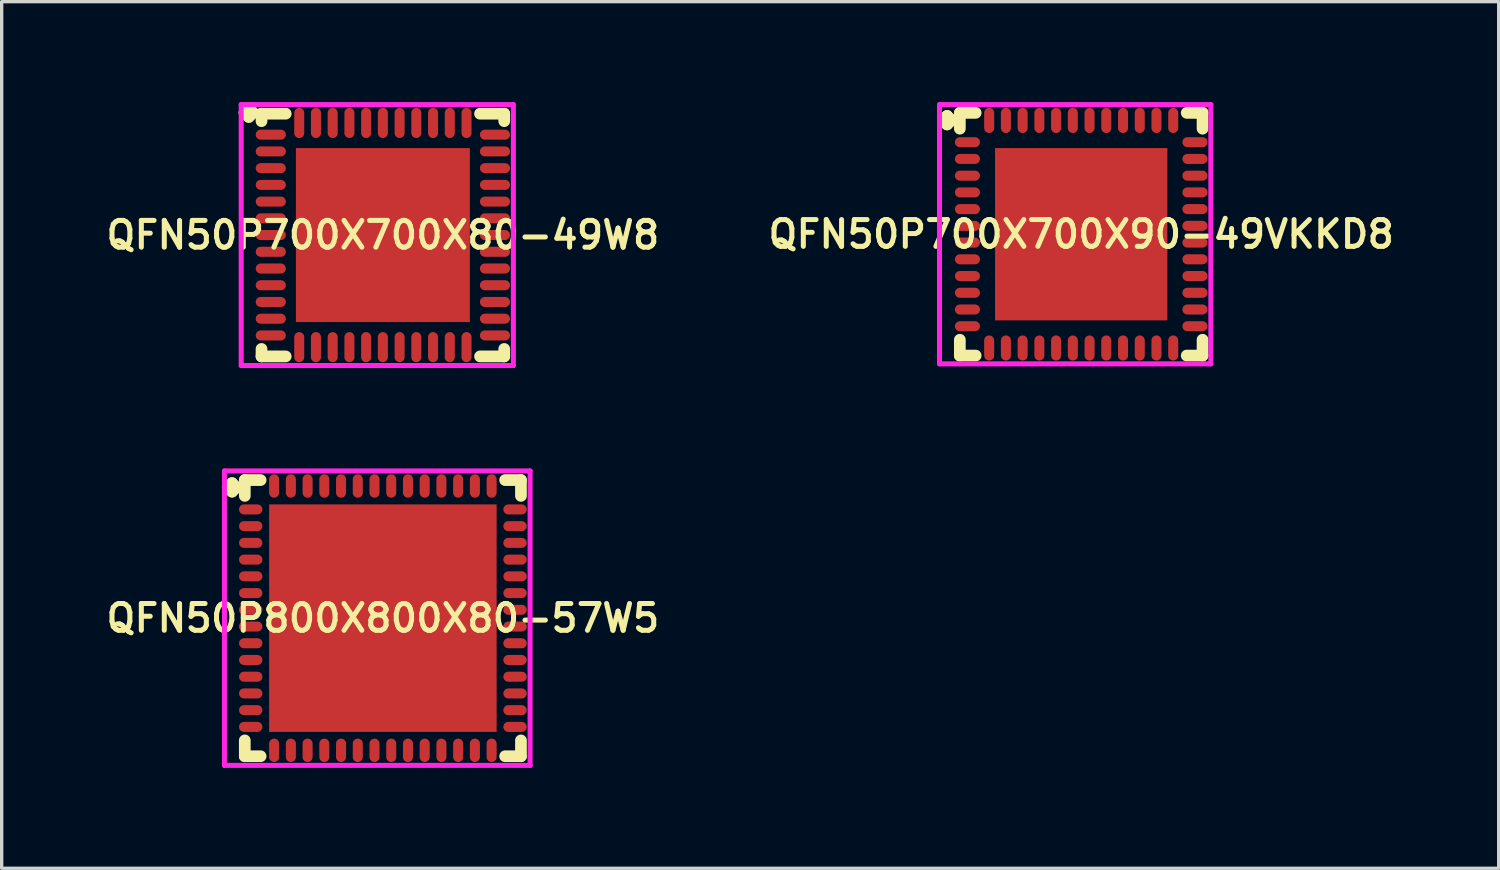
<source format=kicad_pcb>
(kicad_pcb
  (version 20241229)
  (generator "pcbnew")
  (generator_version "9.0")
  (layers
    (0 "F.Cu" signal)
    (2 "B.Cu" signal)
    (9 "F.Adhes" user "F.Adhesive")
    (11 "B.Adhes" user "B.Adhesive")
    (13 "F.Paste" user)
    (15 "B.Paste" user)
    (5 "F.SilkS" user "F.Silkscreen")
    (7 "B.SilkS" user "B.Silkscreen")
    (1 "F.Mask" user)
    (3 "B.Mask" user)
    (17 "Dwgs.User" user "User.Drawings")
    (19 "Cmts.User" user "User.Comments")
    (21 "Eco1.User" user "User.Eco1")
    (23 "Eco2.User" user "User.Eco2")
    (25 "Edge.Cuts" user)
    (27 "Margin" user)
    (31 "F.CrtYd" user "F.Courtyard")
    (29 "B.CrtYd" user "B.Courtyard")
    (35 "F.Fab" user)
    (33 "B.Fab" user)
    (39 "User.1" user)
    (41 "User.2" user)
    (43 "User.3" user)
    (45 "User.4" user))
  (footprint "QFN50P800X800X80-57W5"
    (layer "F.Cu")
    (at 8.393 15.425)
    (property "Reference" "QFN50P800X800X80-57W5" (at 0 0 0) (layer "F.SilkS") (effects (font (size 0.8 0.8) (thickness 0.15))))
    (attr smd)
    (fp_line (start -4.635 -3.908) (end -4.508 -4.035) (stroke (width 0.35) (type solid)) (layer "F.SilkS"))
    (fp_line (start -4.508 -4.035) (end -4.381 -3.908) (stroke (width 0.35) (type solid)) (layer "F.SilkS"))
    (fp_line (start -4.508 -3.781) (end -4.635 -3.908) (stroke (width 0.35) (type solid)) (layer "F.SilkS"))
    (fp_line (start -4.381 -3.908) (end -4.508 -3.781) (stroke (width 0.35) (type solid)) (layer "F.SilkS"))
    (fp_line (start -4.127 -4.127) (end -3.654 -4.127) (stroke (width 0.35) (type solid)) (layer "F.SilkS"))
    (fp_line (start -4.127 -3.654) (end -4.127 -4.127) (stroke (width 0.35) (type solid)) (layer "F.SilkS"))
    (fp_line (start -4.127 3.654) (end -4.127 4.127) (stroke (width 0.35) (type solid)) (layer "F.SilkS"))
    (fp_line (start -4.127 4.127) (end -3.654 4.127) (stroke (width 0.35) (type solid)) (layer "F.SilkS"))
    (fp_line (start 3.654 -4.127) (end 4.127 -4.127) (stroke (width 0.35) (type solid)) (layer "F.SilkS"))
    (fp_line (start 3.654 4.127) (end 4.127 4.127) (stroke (width 0.35) (type solid)) (layer "F.SilkS"))
    (fp_line (start 4.127 -4.127) (end 4.127 -3.654) (stroke (width 0.35) (type solid)) (layer "F.SilkS"))
    (fp_line (start 4.127 4.127) (end 4.127 3.654) (stroke (width 0.35) (type solid)) (layer "F.SilkS"))
    (fp_line (start -4.735 -4.4) (end 4.4 -4.4) (stroke (width 0.15) (type solid)) (layer "F.CrtYd"))
    (fp_line (start -4.735 4.4) (end -4.735 -4.4) (stroke (width 0.15) (type solid)) (layer "F.CrtYd"))
    (fp_line (start 4.4 -4.4) (end 4.4 4.4) (stroke (width 0.15) (type solid)) (layer "F.CrtYd"))
    (fp_line (start 4.4 4.4) (end -4.735 4.4) (stroke (width 0.15) (type solid)) (layer "F.CrtYd"))
    (pad "1" smd oval (at -3.95 -3.25) (size 0.7 0.3) (layers "F.Cu" "F.Mask" "F.Paste"))
    (pad "2" smd oval (at -3.95 -2.75) (size 0.7 0.3) (layers "F.Cu" "F.Mask" "F.Paste"))
    (pad "3" smd oval (at -3.95 -2.25) (size 0.7 0.3) (layers "F.Cu" "F.Mask" "F.Paste"))
    (pad "4" smd oval (at -3.95 -1.75) (size 0.7 0.3) (layers "F.Cu" "F.Mask" "F.Paste"))
    (pad "5" smd oval (at -3.95 -1.25) (size 0.7 0.3) (layers "F.Cu" "F.Mask" "F.Paste"))
    (pad "6" smd oval (at -3.95 -0.75) (size 0.7 0.3) (layers "F.Cu" "F.Mask" "F.Paste"))
    (pad "7" smd oval (at -3.95 -0.25) (size 0.7 0.3) (layers "F.Cu" "F.Mask" "F.Paste"))
    (pad "8" smd oval (at -3.95 0.25) (size 0.7 0.3) (layers "F.Cu" "F.Mask" "F.Paste"))
    (pad "9" smd oval (at -3.95 0.75) (size 0.7 0.3) (layers "F.Cu" "F.Mask" "F.Paste"))
    (pad "10" smd oval (at -3.95 1.25) (size 0.7 0.3) (layers "F.Cu" "F.Mask" "F.Paste"))
    (pad "11" smd oval (at -3.95 1.75) (size 0.7 0.3) (layers "F.Cu" "F.Mask" "F.Paste"))
    (pad "12" smd oval (at -3.95 2.25) (size 0.7 0.3) (layers "F.Cu" "F.Mask" "F.Paste"))
    (pad "13" smd oval (at -3.95 2.75) (size 0.7 0.3) (layers "F.Cu" "F.Mask" "F.Paste"))
    (pad "14" smd oval (at -3.95 3.25) (size 0.7 0.3) (layers "F.Cu" "F.Mask" "F.Paste"))
    (pad "15" smd oval (at -3.25 3.95) (size 0.3 0.7) (layers "F.Cu" "F.Mask" "F.Paste"))
    (pad "16" smd oval (at -2.75 3.95) (size 0.3 0.7) (layers "F.Cu" "F.Mask" "F.Paste"))
    (pad "17" smd oval (at -2.25 3.95) (size 0.3 0.7) (layers "F.Cu" "F.Mask" "F.Paste"))
    (pad "18" smd oval (at -1.75 3.95) (size 0.3 0.7) (layers "F.Cu" "F.Mask" "F.Paste"))
    (pad "19" smd oval (at -1.25 3.95) (size 0.3 0.7) (layers "F.Cu" "F.Mask" "F.Paste"))
    (pad "20" smd oval (at -0.75 3.95) (size 0.3 0.7) (layers "F.Cu" "F.Mask" "F.Paste"))
    (pad "21" smd oval (at -0.25 3.95) (size 0.3 0.7) (layers "F.Cu" "F.Mask" "F.Paste"))
    (pad "22" smd oval (at 0.25 3.95) (size 0.3 0.7) (layers "F.Cu" "F.Mask" "F.Paste"))
    (pad "23" smd oval (at 0.75 3.95) (size 0.3 0.7) (layers "F.Cu" "F.Mask" "F.Paste"))
    (pad "24" smd oval (at 1.25 3.95) (size 0.3 0.7) (layers "F.Cu" "F.Mask" "F.Paste"))
    (pad "25" smd oval (at 1.75 3.95) (size 0.3 0.7) (layers "F.Cu" "F.Mask" "F.Paste"))
    (pad "26" smd oval (at 2.25 3.95) (size 0.3 0.7) (layers "F.Cu" "F.Mask" "F.Paste"))
    (pad "27" smd oval (at 2.75 3.95) (size 0.3 0.7) (layers "F.Cu" "F.Mask" "F.Paste"))
    (pad "28" smd oval (at 3.25 3.95) (size 0.3 0.7) (layers "F.Cu" "F.Mask" "F.Paste"))
    (pad "29" smd oval (at 3.95 3.25) (size 0.7 0.3) (layers "F.Cu" "F.Mask" "F.Paste"))
    (pad "30" smd oval (at 3.95 2.75) (size 0.7 0.3) (layers "F.Cu" "F.Mask" "F.Paste"))
    (pad "31" smd oval (at 3.95 2.25) (size 0.7 0.3) (layers "F.Cu" "F.Mask" "F.Paste"))
    (pad "32" smd oval (at 3.95 1.75) (size 0.7 0.3) (layers "F.Cu" "F.Mask" "F.Paste"))
    (pad "33" smd oval (at 3.95 1.25) (size 0.7 0.3) (layers "F.Cu" "F.Mask" "F.Paste"))
    (pad "34" smd oval (at 3.95 0.75) (size 0.7 0.3) (layers "F.Cu" "F.Mask" "F.Paste"))
    (pad "35" smd oval (at 3.95 0.25) (size 0.7 0.3) (layers "F.Cu" "F.Mask" "F.Paste"))
    (pad "36" smd oval (at 3.95 -0.25) (size 0.7 0.3) (layers "F.Cu" "F.Mask" "F.Paste"))
    (pad "37" smd oval (at 3.95 -0.75) (size 0.7 0.3) (layers "F.Cu" "F.Mask" "F.Paste"))
    (pad "38" smd oval (at 3.95 -1.25) (size 0.7 0.3) (layers "F.Cu" "F.Mask" "F.Paste"))
    (pad "39" smd oval (at 3.95 -1.75) (size 0.7 0.3) (layers "F.Cu" "F.Mask" "F.Paste"))
    (pad "40" smd oval (at 3.95 -2.25) (size 0.7 0.3) (layers "F.Cu" "F.Mask" "F.Paste"))
    (pad "41" smd oval (at 3.95 -2.75) (size 0.7 0.3) (layers "F.Cu" "F.Mask" "F.Paste"))
    (pad "42" smd oval (at 3.95 -3.25) (size 0.7 0.3) (layers "F.Cu" "F.Mask" "F.Paste"))
    (pad "43" smd oval (at 3.25 -3.95) (size 0.3 0.7) (layers "F.Cu" "F.Mask" "F.Paste"))
    (pad "44" smd oval (at 2.75 -3.95) (size 0.3 0.7) (layers "F.Cu" "F.Mask" "F.Paste"))
    (pad "45" smd oval (at 2.25 -3.95) (size 0.3 0.7) (layers "F.Cu" "F.Mask" "F.Paste"))
    (pad "46" smd oval (at 1.75 -3.95) (size 0.3 0.7) (layers "F.Cu" "F.Mask" "F.Paste"))
    (pad "47" smd oval (at 1.25 -3.95) (size 0.3 0.7) (layers "F.Cu" "F.Mask" "F.Paste"))
    (pad "48" smd oval (at 0.75 -3.95) (size 0.3 0.7) (layers "F.Cu" "F.Mask" "F.Paste"))
    (pad "49" smd oval (at 0.25 -3.95) (size 0.3 0.7) (layers "F.Cu" "F.Mask" "F.Paste"))
    (pad "50" smd oval (at -0.25 -3.95) (size 0.3 0.7) (layers "F.Cu" "F.Mask" "F.Paste"))
    (pad "51" smd oval (at -0.75 -3.95) (size 0.3 0.7) (layers "F.Cu" "F.Mask" "F.Paste"))
    (pad "52" smd oval (at -1.25 -3.95) (size 0.3 0.7) (layers "F.Cu" "F.Mask" "F.Paste"))
    (pad "53" smd oval (at -1.75 -3.95) (size 0.3 0.7) (layers "F.Cu" "F.Mask" "F.Paste"))
    (pad "54" smd oval (at -2.25 -3.95) (size 0.3 0.7) (layers "F.Cu" "F.Mask" "F.Paste"))
    (pad "55" smd oval (at -2.75 -3.95) (size 0.3 0.7) (layers "F.Cu" "F.Mask" "F.Paste"))
    (pad "56" smd oval (at -3.25 -3.95) (size 0.3 0.7) (layers "F.Cu" "F.Mask" "F.Paste"))
    (pad "57" smd rect (at 0 0) (size 6.8 6.8) (layers "F.Cu" "F.Mask" "F.Paste")))
  (footprint "QFN50P700X700X80-49W8"
    (layer "F.Cu")
    (at 8.393 3.975)
    (property "Reference" "QFN50P700X700X80-49W8" (at 0 0 0) (layer "F.SilkS") (effects (font (size 0.8 0.8) (thickness 0.15))))
    (attr smd)
    (fp_line (start -4.135 -3.658) (end -4.008 -3.785) (stroke (width 0.35) (type solid)) (layer "F.SilkS"))
    (fp_line (start -4.008 -3.785) (end -3.881 -3.658) (stroke (width 0.35) (type solid)) (layer "F.SilkS"))
    (fp_line (start -4.008 -3.531) (end -4.135 -3.658) (stroke (width 0.35) (type solid)) (layer "F.SilkS"))
    (fp_line (start -3.881 -3.658) (end -4.008 -3.531) (stroke (width 0.35) (type solid)) (layer "F.SilkS"))
    (fp_line (start -3.627 -3.627) (end -2.904 -3.627) (stroke (width 0.35) (type solid)) (layer "F.SilkS"))
    (fp_line (start -3.627 -3.404) (end -3.627 -3.627) (stroke (width 0.35) (type solid)) (layer "F.SilkS"))
    (fp_line (start -3.627 3.404) (end -3.627 3.627) (stroke (width 0.35) (type solid)) (layer "F.SilkS"))
    (fp_line (start -3.627 3.627) (end -2.904 3.627) (stroke (width 0.35) (type solid)) (layer "F.SilkS"))
    (fp_line (start 2.904 -3.627) (end 3.627 -3.627) (stroke (width 0.35) (type solid)) (layer "F.SilkS"))
    (fp_line (start 2.904 3.627) (end 3.627 3.627) (stroke (width 0.35) (type solid)) (layer "F.SilkS"))
    (fp_line (start 3.627 -3.627) (end 3.627 -3.404) (stroke (width 0.35) (type solid)) (layer "F.SilkS"))
    (fp_line (start 3.627 3.627) (end 3.627 3.404) (stroke (width 0.35) (type solid)) (layer "F.SilkS"))
    (fp_line (start -4.235 -3.9) (end 3.9 -3.9) (stroke (width 0.15) (type solid)) (layer "F.CrtYd"))
    (fp_line (start -4.235 3.9) (end -4.235 -3.9) (stroke (width 0.15) (type solid)) (layer "F.CrtYd"))
    (fp_line (start 3.9 -3.9) (end 3.9 3.9) (stroke (width 0.15) (type solid)) (layer "F.CrtYd"))
    (fp_line (start 3.9 3.9) (end -4.235 3.9) (stroke (width 0.15) (type solid)) (layer "F.CrtYd"))
    (pad "1" smd oval (at -3.35 -3) (size 0.9 0.3) (layers "F.Cu" "F.Mask" "F.Paste"))
    (pad "2" smd oval (at -3.35 -2.5) (size 0.9 0.3) (layers "F.Cu" "F.Mask" "F.Paste"))
    (pad "3" smd oval (at -3.35 -2) (size 0.9 0.3) (layers "F.Cu" "F.Mask" "F.Paste"))
    (pad "4" smd oval (at -3.35 -1.5) (size 0.9 0.3) (layers "F.Cu" "F.Mask" "F.Paste"))
    (pad "5" smd oval (at -3.35 -1) (size 0.9 0.3) (layers "F.Cu" "F.Mask" "F.Paste"))
    (pad "6" smd oval (at -3.35 -0.5) (size 0.9 0.3) (layers "F.Cu" "F.Mask" "F.Paste"))
    (pad "7" smd oval (at -3.35 0) (size 0.9 0.3) (layers "F.Cu" "F.Mask" "F.Paste"))
    (pad "8" smd oval (at -3.35 0.5) (size 0.9 0.3) (layers "F.Cu" "F.Mask" "F.Paste"))
    (pad "9" smd oval (at -3.35 1) (size 0.9 0.3) (layers "F.Cu" "F.Mask" "F.Paste"))
    (pad "10" smd oval (at -3.35 1.5) (size 0.9 0.3) (layers "F.Cu" "F.Mask" "F.Paste"))
    (pad "11" smd oval (at -3.35 2) (size 0.9 0.3) (layers "F.Cu" "F.Mask" "F.Paste"))
    (pad "12" smd oval (at -3.35 2.5) (size 0.9 0.3) (layers "F.Cu" "F.Mask" "F.Paste"))
    (pad "13" smd oval (at -3.35 3) (size 0.9 0.3) (layers "F.Cu" "F.Mask" "F.Paste"))
    (pad "14" smd oval (at -2.5 3.35) (size 0.3 0.9) (layers "F.Cu" "F.Mask" "F.Paste"))
    (pad "15" smd oval (at -2 3.35) (size 0.3 0.9) (layers "F.Cu" "F.Mask" "F.Paste"))
    (pad "16" smd oval (at -1.5 3.35) (size 0.3 0.9) (layers "F.Cu" "F.Mask" "F.Paste"))
    (pad "17" smd oval (at -1 3.35) (size 0.3 0.9) (layers "F.Cu" "F.Mask" "F.Paste"))
    (pad "18" smd oval (at -0.5 3.35) (size 0.3 0.9) (layers "F.Cu" "F.Mask" "F.Paste"))
    (pad "19" smd oval (at 0 3.35) (size 0.3 0.9) (layers "F.Cu" "F.Mask" "F.Paste"))
    (pad "20" smd oval (at 0.5 3.35) (size 0.3 0.9) (layers "F.Cu" "F.Mask" "F.Paste"))
    (pad "21" smd oval (at 1 3.35) (size 0.3 0.9) (layers "F.Cu" "F.Mask" "F.Paste"))
    (pad "22" smd oval (at 1.5 3.35) (size 0.3 0.9) (layers "F.Cu" "F.Mask" "F.Paste"))
    (pad "23" smd oval (at 2 3.35) (size 0.3 0.9) (layers "F.Cu" "F.Mask" "F.Paste"))
    (pad "24" smd oval (at 2.5 3.35) (size 0.3 0.9) (layers "F.Cu" "F.Mask" "F.Paste"))
    (pad "25" smd oval (at 3.35 3) (size 0.9 0.3) (layers "F.Cu" "F.Mask" "F.Paste"))
    (pad "26" smd oval (at 3.35 2.5) (size 0.9 0.3) (layers "F.Cu" "F.Mask" "F.Paste"))
    (pad "27" smd oval (at 3.35 2) (size 0.9 0.3) (layers "F.Cu" "F.Mask" "F.Paste"))
    (pad "28" smd oval (at 3.35 1.5) (size 0.9 0.3) (layers "F.Cu" "F.Mask" "F.Paste"))
    (pad "29" smd oval (at 3.35 1) (size 0.9 0.3) (layers "F.Cu" "F.Mask" "F.Paste"))
    (pad "30" smd oval (at 3.35 0.5) (size 0.9 0.3) (layers "F.Cu" "F.Mask" "F.Paste"))
    (pad "31" smd oval (at 3.35 0) (size 0.9 0.3) (layers "F.Cu" "F.Mask" "F.Paste"))
    (pad "32" smd oval (at 3.35 -0.5) (size 0.9 0.3) (layers "F.Cu" "F.Mask" "F.Paste"))
    (pad "33" smd oval (at 3.35 -1) (size 0.9 0.3) (layers "F.Cu" "F.Mask" "F.Paste"))
    (pad "34" smd oval (at 3.35 -1.5) (size 0.9 0.3) (layers "F.Cu" "F.Mask" "F.Paste"))
    (pad "35" smd oval (at 3.35 -2) (size 0.9 0.3) (layers "F.Cu" "F.Mask" "F.Paste"))
    (pad "36" smd oval (at 3.35 -2.5) (size 0.9 0.3) (layers "F.Cu" "F.Mask" "F.Paste"))
    (pad "37" smd oval (at 3.35 -3) (size 0.9 0.3) (layers "F.Cu" "F.Mask" "F.Paste"))
    (pad "38" smd oval (at 2.5 -3.35) (size 0.3 0.9) (layers "F.Cu" "F.Mask" "F.Paste"))
    (pad "39" smd oval (at 2 -3.35) (size 0.3 0.9) (layers "F.Cu" "F.Mask" "F.Paste"))
    (pad "40" smd oval (at 1.5 -3.35) (size 0.3 0.9) (layers "F.Cu" "F.Mask" "F.Paste"))
    (pad "41" smd oval (at 1 -3.35) (size 0.3 0.9) (layers "F.Cu" "F.Mask" "F.Paste"))
    (pad "42" smd oval (at 0.5 -3.35) (size 0.3 0.9) (layers "F.Cu" "F.Mask" "F.Paste"))
    (pad "43" smd oval (at 0 -3.35) (size 0.3 0.9) (layers "F.Cu" "F.Mask" "F.Paste"))
    (pad "44" smd oval (at -0.5 -3.35) (size 0.3 0.9) (layers "F.Cu" "F.Mask" "F.Paste"))
    (pad "45" smd oval (at -1 -3.35) (size 0.3 0.9) (layers "F.Cu" "F.Mask" "F.Paste"))
    (pad "46" smd oval (at -1.5 -3.35) (size 0.3 0.9) (layers "F.Cu" "F.Mask" "F.Paste"))
    (pad "47" smd oval (at -2 -3.35) (size 0.3 0.9) (layers "F.Cu" "F.Mask" "F.Paste"))
    (pad "48" smd oval (at -2.5 -3.35) (size 0.3 0.9) (layers "F.Cu" "F.Mask" "F.Paste"))
    (pad "49" smd rect (at 0 0) (size 5.2 5.2) (layers "F.Cu" "F.Mask" "F.Paste")))
  (footprint "QFN50P700X700X90-49VKKD8"
    (layer "F.Cu")
    (at 29.264 3.95)
    (property "Reference" "QFN50P700X700X90-49VKKD8" (at 0 0 0) (layer "F.SilkS") (effects (font (size 0.8 0.8) (thickness 0.15))))
    (attr smd)
    (fp_line (start -4.135 -3.408) (end -4.008 -3.535) (stroke (width 0.35) (type solid)) (layer "F.SilkS"))
    (fp_line (start -4.008 -3.535) (end -3.881 -3.408) (stroke (width 0.35) (type solid)) (layer "F.SilkS"))
    (fp_line (start -4.008 -3.281) (end -4.135 -3.408) (stroke (width 0.35) (type solid)) (layer "F.SilkS"))
    (fp_line (start -3.881 -3.408) (end -4.008 -3.281) (stroke (width 0.35) (type solid)) (layer "F.SilkS"))
    (fp_line (start -3.627 -3.627) (end -3.154 -3.627) (stroke (width 0.35) (type solid)) (layer "F.SilkS"))
    (fp_line (start -3.627 -3.154) (end -3.627 -3.627) (stroke (width 0.35) (type solid)) (layer "F.SilkS"))
    (fp_line (start -3.627 3.154) (end -3.627 3.627) (stroke (width 0.35) (type solid)) (layer "F.SilkS"))
    (fp_line (start -3.627 3.627) (end -3.154 3.627) (stroke (width 0.35) (type solid)) (layer "F.SilkS"))
    (fp_line (start 3.154 -3.627) (end 3.627 -3.627) (stroke (width 0.35) (type solid)) (layer "F.SilkS"))
    (fp_line (start 3.154 3.627) (end 3.627 3.627) (stroke (width 0.35) (type solid)) (layer "F.SilkS"))
    (fp_line (start 3.627 -3.627) (end 3.627 -3.154) (stroke (width 0.35) (type solid)) (layer "F.SilkS"))
    (fp_line (start 3.627 3.627) (end 3.627 3.154) (stroke (width 0.35) (type solid)) (layer "F.SilkS"))
    (fp_line (start -4.235 -3.875) (end 3.875 -3.875) (stroke (width 0.15) (type solid)) (layer "F.CrtYd"))
    (fp_line (start -4.235 3.875) (end -4.235 -3.875) (stroke (width 0.15) (type solid)) (layer "F.CrtYd"))
    (fp_line (start 3.875 -3.875) (end 3.875 3.875) (stroke (width 0.15) (type solid)) (layer "F.CrtYd"))
    (fp_line (start 3.875 3.875) (end -4.235 3.875) (stroke (width 0.15) (type solid)) (layer "F.CrtYd"))
    (pad "1" smd oval (at -3.4 -2.75) (size 0.75 0.3) (layers "F.Cu" "F.Mask" "F.Paste"))
    (pad "2" smd oval (at -3.4 -2.25) (size 0.75 0.3) (layers "F.Cu" "F.Mask" "F.Paste"))
    (pad "3" smd oval (at -3.4 -1.75) (size 0.75 0.3) (layers "F.Cu" "F.Mask" "F.Paste"))
    (pad "4" smd oval (at -3.4 -1.25) (size 0.75 0.3) (layers "F.Cu" "F.Mask" "F.Paste"))
    (pad "5" smd oval (at -3.4 -0.75) (size 0.75 0.3) (layers "F.Cu" "F.Mask" "F.Paste"))
    (pad "6" smd oval (at -3.4 -0.25) (size 0.75 0.3) (layers "F.Cu" "F.Mask" "F.Paste"))
    (pad "7" smd oval (at -3.4 0.25) (size 0.75 0.3) (layers "F.Cu" "F.Mask" "F.Paste"))
    (pad "8" smd oval (at -3.4 0.75) (size 0.75 0.3) (layers "F.Cu" "F.Mask" "F.Paste"))
    (pad "9" smd oval (at -3.4 1.25) (size 0.75 0.3) (layers "F.Cu" "F.Mask" "F.Paste"))
    (pad "10" smd oval (at -3.4 1.75) (size 0.75 0.3) (layers "F.Cu" "F.Mask" "F.Paste"))
    (pad "11" smd oval (at -3.4 2.25) (size 0.75 0.3) (layers "F.Cu" "F.Mask" "F.Paste"))
    (pad "12" smd oval (at -3.4 2.75) (size 0.75 0.3) (layers "F.Cu" "F.Mask" "F.Paste"))
    (pad "13" smd oval (at -2.75 3.4) (size 0.3 0.75) (layers "F.Cu" "F.Mask" "F.Paste"))
    (pad "14" smd oval (at -2.25 3.4) (size 0.3 0.75) (layers "F.Cu" "F.Mask" "F.Paste"))
    (pad "15" smd oval (at -1.75 3.4) (size 0.3 0.75) (layers "F.Cu" "F.Mask" "F.Paste"))
    (pad "16" smd oval (at -1.25 3.4) (size 0.3 0.75) (layers "F.Cu" "F.Mask" "F.Paste"))
    (pad "17" smd oval (at -0.75 3.4) (size 0.3 0.75) (layers "F.Cu" "F.Mask" "F.Paste"))
    (pad "18" smd oval (at -0.25 3.4) (size 0.3 0.75) (layers "F.Cu" "F.Mask" "F.Paste"))
    (pad "19" smd oval (at 0.25 3.4) (size 0.3 0.75) (layers "F.Cu" "F.Mask" "F.Paste"))
    (pad "20" smd oval (at 0.75 3.4) (size 0.3 0.75) (layers "F.Cu" "F.Mask" "F.Paste"))
    (pad "21" smd oval (at 1.25 3.4) (size 0.3 0.75) (layers "F.Cu" "F.Mask" "F.Paste"))
    (pad "22" smd oval (at 1.75 3.4) (size 0.3 0.75) (layers "F.Cu" "F.Mask" "F.Paste"))
    (pad "23" smd oval (at 2.25 3.4) (size 0.3 0.75) (layers "F.Cu" "F.Mask" "F.Paste"))
    (pad "24" smd oval (at 2.75 3.4) (size 0.3 0.75) (layers "F.Cu" "F.Mask" "F.Paste"))
    (pad "25" smd oval (at 3.4 2.75) (size 0.75 0.3) (layers "F.Cu" "F.Mask" "F.Paste"))
    (pad "26" smd oval (at 3.4 2.25) (size 0.75 0.3) (layers "F.Cu" "F.Mask" "F.Paste"))
    (pad "27" smd oval (at 3.4 1.75) (size 0.75 0.3) (layers "F.Cu" "F.Mask" "F.Paste"))
    (pad "28" smd oval (at 3.4 1.25) (size 0.75 0.3) (layers "F.Cu" "F.Mask" "F.Paste"))
    (pad "29" smd oval (at 3.4 0.75) (size 0.75 0.3) (layers "F.Cu" "F.Mask" "F.Paste"))
    (pad "30" smd oval (at 3.4 0.25) (size 0.75 0.3) (layers "F.Cu" "F.Mask" "F.Paste"))
    (pad "31" smd oval (at 3.4 -0.25) (size 0.75 0.3) (layers "F.Cu" "F.Mask" "F.Paste"))
    (pad "32" smd oval (at 3.4 -0.75) (size 0.75 0.3) (layers "F.Cu" "F.Mask" "F.Paste"))
    (pad "33" smd oval (at 3.4 -1.25) (size 0.75 0.3) (layers "F.Cu" "F.Mask" "F.Paste"))
    (pad "34" smd oval (at 3.4 -1.75) (size 0.75 0.3) (layers "F.Cu" "F.Mask" "F.Paste"))
    (pad "35" smd oval (at 3.4 -2.25) (size 0.75 0.3) (layers "F.Cu" "F.Mask" "F.Paste"))
    (pad "36" smd oval (at 3.4 -2.75) (size 0.75 0.3) (layers "F.Cu" "F.Mask" "F.Paste"))
    (pad "37" smd oval (at 2.75 -3.4) (size 0.3 0.75) (layers "F.Cu" "F.Mask" "F.Paste"))
    (pad "38" smd oval (at 2.25 -3.4) (size 0.3 0.75) (layers "F.Cu" "F.Mask" "F.Paste"))
    (pad "39" smd oval (at 1.75 -3.4) (size 0.3 0.75) (layers "F.Cu" "F.Mask" "F.Paste"))
    (pad "40" smd oval (at 1.25 -3.4) (size 0.3 0.75) (layers "F.Cu" "F.Mask" "F.Paste"))
    (pad "41" smd oval (at 0.75 -3.4) (size 0.3 0.75) (layers "F.Cu" "F.Mask" "F.Paste"))
    (pad "42" smd oval (at 0.25 -3.4) (size 0.3 0.75) (layers "F.Cu" "F.Mask" "F.Paste"))
    (pad "43" smd oval (at -0.25 -3.4) (size 0.3 0.75) (layers "F.Cu" "F.Mask" "F.Paste"))
    (pad "44" smd oval (at -0.75 -3.4) (size 0.3 0.75) (layers "F.Cu" "F.Mask" "F.Paste"))
    (pad "45" smd oval (at -1.25 -3.4) (size 0.3 0.75) (layers "F.Cu" "F.Mask" "F.Paste"))
    (pad "46" smd oval (at -1.75 -3.4) (size 0.3 0.75) (layers "F.Cu" "F.Mask" "F.Paste"))
    (pad "47" smd oval (at -2.25 -3.4) (size 0.3 0.75) (layers "F.Cu" "F.Mask" "F.Paste"))
    (pad "48" smd oval (at -2.75 -3.4) (size 0.3 0.75) (layers "F.Cu" "F.Mask" "F.Paste"))
    (pad "49" smd rect (at 0 0) (size 5.15 5.15) (layers "F.Cu" "F.Mask" "F.Paste")))
  (gr_rect
    (start -3 -3)
    (end 41.742 22.9)
    (stroke (width 0.1) (type default))
    (fill no)
    (layer "Edge.Cuts")))
</source>
